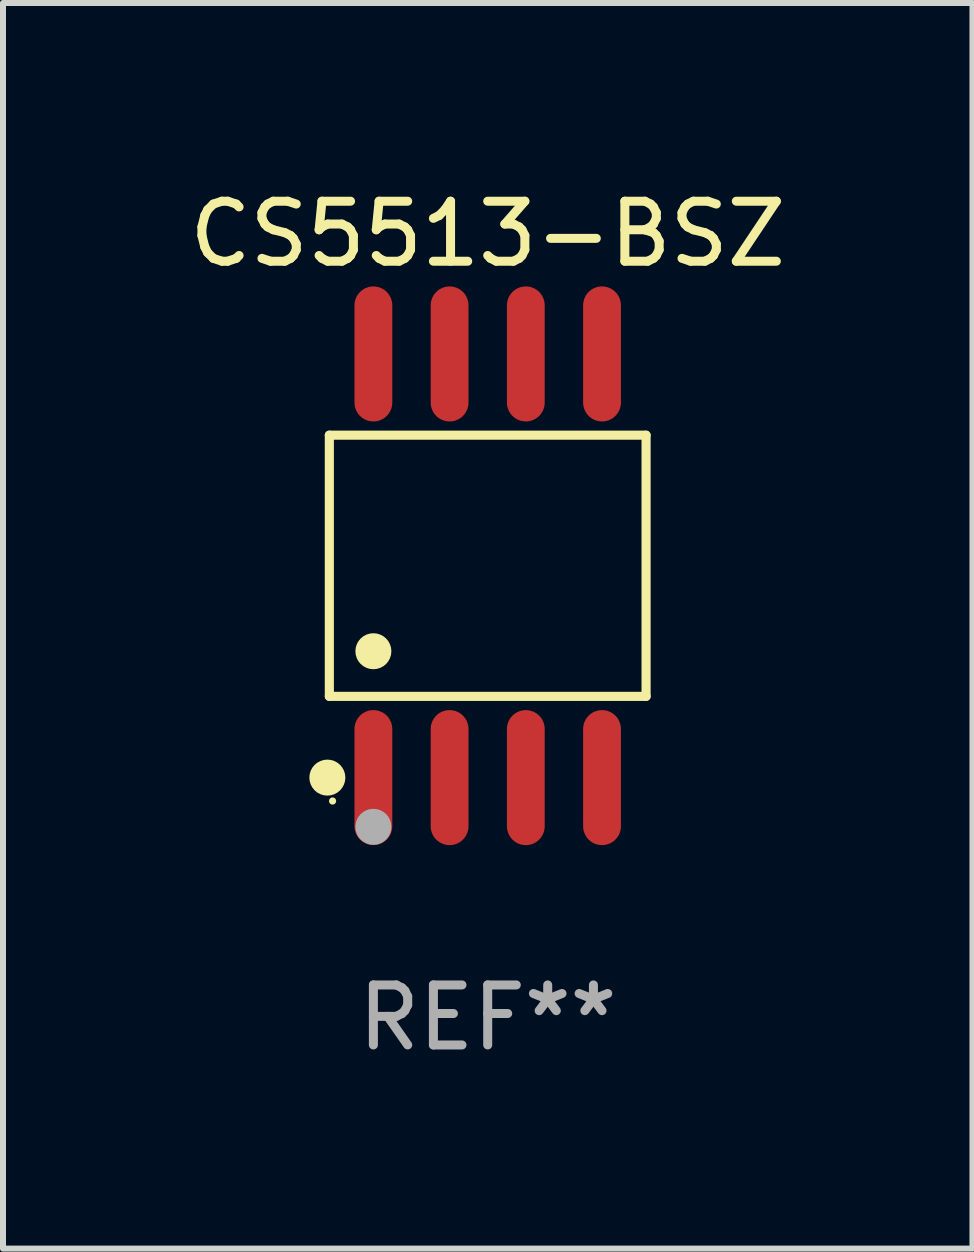
<source format=kicad_pcb>
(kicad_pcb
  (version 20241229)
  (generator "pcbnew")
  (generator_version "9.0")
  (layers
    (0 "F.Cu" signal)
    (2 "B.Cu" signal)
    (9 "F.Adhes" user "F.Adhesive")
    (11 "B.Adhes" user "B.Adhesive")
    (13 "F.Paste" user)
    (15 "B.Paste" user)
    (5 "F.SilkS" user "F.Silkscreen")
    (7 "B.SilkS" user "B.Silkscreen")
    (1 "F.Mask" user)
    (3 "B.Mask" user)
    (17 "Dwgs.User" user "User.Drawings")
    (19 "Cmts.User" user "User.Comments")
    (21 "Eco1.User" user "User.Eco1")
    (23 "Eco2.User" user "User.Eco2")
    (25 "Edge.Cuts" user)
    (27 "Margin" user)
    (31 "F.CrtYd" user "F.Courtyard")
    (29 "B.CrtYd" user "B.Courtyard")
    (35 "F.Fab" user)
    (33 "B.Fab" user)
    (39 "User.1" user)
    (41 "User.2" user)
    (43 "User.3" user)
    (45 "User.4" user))
  (footprint "CS5513-BSZ"
    (layer "F.Cu")
    (at 5.077 6.378)
    (property "Reference" "CS5513-BSZ" (at 0 -5.53 0) (layer "F.SilkS") (effects (font (size 1 1) (thickness 0.15))))
    (attr through_hole)
    (fp_line (start -2.639 -2.176) (end 2.639 -2.176) (stroke (width 0.152) (type solid)) (layer "F.SilkS"))
    (fp_line (start -2.639 2.176) (end -2.639 -2.176) (stroke (width 0.152) (type solid)) (layer "F.SilkS"))
    (fp_line (start 2.639 -2.176) (end 2.639 2.176) (stroke (width 0.152) (type solid)) (layer "F.SilkS"))
    (fp_line (start 2.639 2.176) (end -2.639 2.176) (stroke (width 0.152) (type solid)) (layer "F.SilkS"))
    (fp_circle (center -2.672 3.53) (end -2.522 3.53) (stroke (width 0.3) (type solid)) (fill no) (layer "F.SilkS"))
    (fp_circle (center -2.585 3.92) (end -2.555 3.92) (stroke (width 0.06) (type solid)) (fill no) (layer "F.SilkS"))
    (fp_circle (center -1.905 1.424) (end -1.755 1.424) (stroke (width 0.3) (type solid)) (fill no) (layer "F.SilkS"))
    (fp_circle (center -1.905 4.35) (end -1.755 4.35) (stroke (width 0.3) (type solid)) (fill no) (layer "F.Fab"))
    (fp_text user "REF**" (at 0 7.53 0) (layer "F.Fab") (effects (font (size 1 1) (thickness 0.15))))
    (pad "1" smd oval (at -1.905 3.53) (size 0.63 2.25) (layers "F.Cu" "F.Mask" "F.Paste"))
    (pad "2" smd oval (at -0.635 3.53) (size 0.63 2.25) (layers "F.Cu" "F.Mask" "F.Paste"))
    (pad "3" smd oval (at 0.635 3.53) (size 0.63 2.25) (layers "F.Cu" "F.Mask" "F.Paste"))
    (pad "4" smd oval (at 1.905 3.53) (size 0.63 2.25) (layers "F.Cu" "F.Mask" "F.Paste"))
    (pad "5" smd oval (at 1.905 -3.53) (size 0.63 2.25) (layers "F.Cu" "F.Mask" "F.Paste"))
    (pad "6" smd oval (at 0.635 -3.53) (size 0.63 2.25) (layers "F.Cu" "F.Mask" "F.Paste"))
    (pad "7" smd oval (at -0.635 -3.53) (size 0.63 2.25) (layers "F.Cu" "F.Mask" "F.Paste"))
    (pad "8" smd oval (at -1.905 -3.53) (size 0.63 2.25) (layers "F.Cu" "F.Mask" "F.Paste")))
  (gr_rect
    (start -3 -3)
    (end 13.155 17.757)
    (stroke (width 0.1) (type default))
    (fill no)
    (layer "Edge.Cuts")))
</source>
